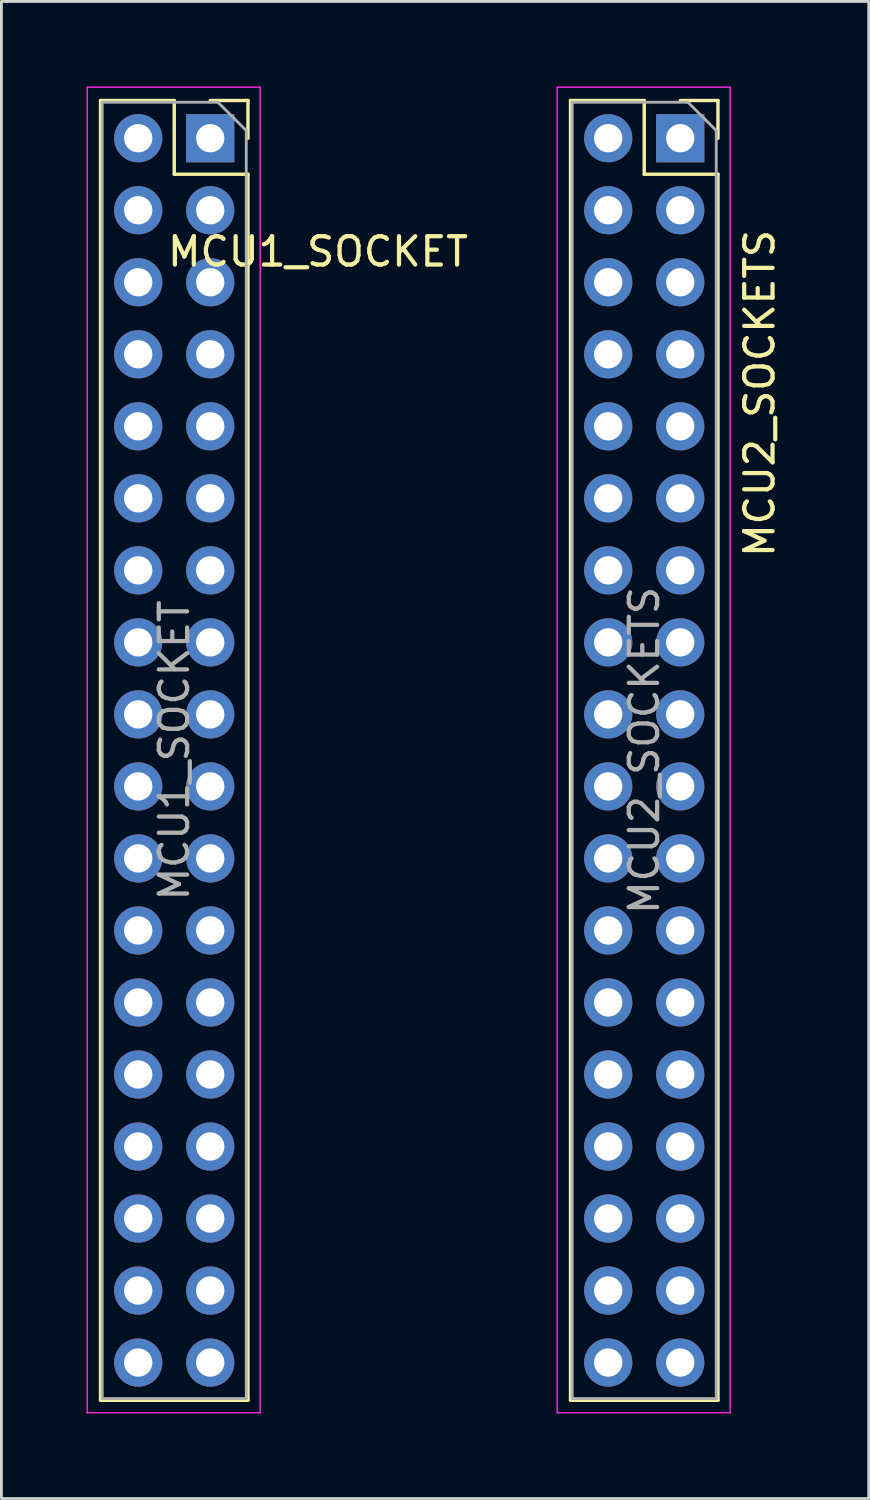
<source format=kicad_pcb>
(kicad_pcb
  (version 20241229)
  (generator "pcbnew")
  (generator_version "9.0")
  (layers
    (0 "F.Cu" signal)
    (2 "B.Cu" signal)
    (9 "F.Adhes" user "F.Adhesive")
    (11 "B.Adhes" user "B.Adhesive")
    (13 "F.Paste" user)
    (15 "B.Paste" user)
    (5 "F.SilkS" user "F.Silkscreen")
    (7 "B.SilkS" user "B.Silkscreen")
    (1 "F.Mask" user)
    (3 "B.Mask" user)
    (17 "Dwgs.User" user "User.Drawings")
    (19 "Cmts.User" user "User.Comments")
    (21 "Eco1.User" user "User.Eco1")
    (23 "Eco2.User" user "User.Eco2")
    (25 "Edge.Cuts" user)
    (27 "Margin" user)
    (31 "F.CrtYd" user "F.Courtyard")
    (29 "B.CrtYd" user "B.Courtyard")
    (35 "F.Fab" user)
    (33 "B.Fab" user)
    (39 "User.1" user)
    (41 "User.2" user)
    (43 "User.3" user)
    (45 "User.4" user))
  (footprint "MCU1_SOCKET"
    (layer "F.Cu")
    (at 4.365 1.825)
    (property "Reference" "MCU1_SOCKET" (at 3.8 4 0) (layer "F.SilkS") (effects (font (size 1 1) (thickness 0.15))))
    (attr through_hole)
    (fp_line (start -3.87 -1.33) (end -3.87 44.51) (stroke (width 0.12) (type solid)) (layer "F.SilkS"))
    (fp_line (start -3.87 -1.33) (end -1.27 -1.33) (stroke (width 0.12) (type solid)) (layer "F.SilkS"))
    (fp_line (start -3.87 44.51) (end 1.33 44.51) (stroke (width 0.12) (type solid)) (layer "F.SilkS"))
    (fp_line (start -1.27 -1.33) (end -1.27 1.27) (stroke (width 0.12) (type solid)) (layer "F.SilkS"))
    (fp_line (start -1.27 1.27) (end 1.33 1.27) (stroke (width 0.12) (type solid)) (layer "F.SilkS"))
    (fp_line (start 0 -1.33) (end 1.33 -1.33) (stroke (width 0.12) (type solid)) (layer "F.SilkS"))
    (fp_line (start 1.33 -1.33) (end 1.33 0) (stroke (width 0.12) (type solid)) (layer "F.SilkS"))
    (fp_line (start 1.33 1.27) (end 1.33 44.51) (stroke (width 0.12) (type solid)) (layer "F.SilkS"))
    (fp_line (start -4.34 -1.8) (end 1.76 -1.8) (stroke (width 0.05) (type solid)) (layer "F.CrtYd"))
    (fp_line (start -4.34 44.95) (end -4.34 -1.8) (stroke (width 0.05) (type solid)) (layer "F.CrtYd"))
    (fp_line (start 1.76 -1.8) (end 1.76 44.95) (stroke (width 0.05) (type solid)) (layer "F.CrtYd"))
    (fp_line (start 1.76 44.95) (end -4.34 44.95) (stroke (width 0.05) (type solid)) (layer "F.CrtYd"))
    (fp_line (start -3.81 -1.27) (end 0.27 -1.27) (stroke (width 0.1) (type solid)) (layer "F.Fab"))
    (fp_line (start -3.81 44.45) (end -3.81 -1.27) (stroke (width 0.1) (type solid)) (layer "F.Fab"))
    (fp_line (start 0.27 -1.27) (end 1.27 -0.27) (stroke (width 0.1) (type solid)) (layer "F.Fab"))
    (fp_line (start 1.27 -0.27) (end 1.27 44.45) (stroke (width 0.1) (type solid)) (layer "F.Fab"))
    (fp_line (start 1.27 44.45) (end -3.81 44.45) (stroke (width 0.1) (type solid)) (layer "F.Fab"))
    (fp_text user "${REFERENCE}" (at -1.27 21.59 90) (layer "F.Fab") (effects (font (size 1 1) (thickness 0.15))))
    (pad "1" thru_hole rect (at 0 0) (size 1.7 1.7) (drill 1) (layers "*.Cu" "*.Mask"))
    (pad "2" thru_hole oval (at -2.54 0) (size 1.7 1.7) (drill 1) (layers "*.Cu" "*.Mask"))
    (pad "3" thru_hole oval (at 0 2.54) (size 1.7 1.7) (drill 1) (layers "*.Cu" "*.Mask"))
    (pad "4" thru_hole oval (at -2.54 2.54) (size 1.7 1.7) (drill 1) (layers "*.Cu" "*.Mask"))
    (pad "5" thru_hole oval (at 0 5.08) (size 1.7 1.7) (drill 1) (layers "*.Cu" "*.Mask"))
    (pad "6" thru_hole oval (at -2.54 5.08) (size 1.7 1.7) (drill 1) (layers "*.Cu" "*.Mask"))
    (pad "7" thru_hole oval (at 0 7.62) (size 1.7 1.7) (drill 1) (layers "*.Cu" "*.Mask"))
    (pad "8" thru_hole oval (at -2.54 7.62) (size 1.7 1.7) (drill 1) (layers "*.Cu" "*.Mask"))
    (pad "9" thru_hole oval (at 0 10.16) (size 1.7 1.7) (drill 1) (layers "*.Cu" "*.Mask"))
    (pad "10" thru_hole oval (at -2.54 10.16) (size 1.7 1.7) (drill 1) (layers "*.Cu" "*.Mask"))
    (pad "11" thru_hole oval (at 0 12.7) (size 1.7 1.7) (drill 1) (layers "*.Cu" "*.Mask"))
    (pad "12" thru_hole oval (at -2.54 12.7) (size 1.7 1.7) (drill 1) (layers "*.Cu" "*.Mask"))
    (pad "13" thru_hole oval (at 0 15.24) (size 1.7 1.7) (drill 1) (layers "*.Cu" "*.Mask"))
    (pad "14" thru_hole oval (at -2.54 15.24) (size 1.7 1.7) (drill 1) (layers "*.Cu" "*.Mask"))
    (pad "15" thru_hole oval (at 0 17.78) (size 1.7 1.7) (drill 1) (layers "*.Cu" "*.Mask"))
    (pad "16" thru_hole oval (at -2.54 17.78) (size 1.7 1.7) (drill 1) (layers "*.Cu" "*.Mask"))
    (pad "17" thru_hole oval (at 0 20.32) (size 1.7 1.7) (drill 1) (layers "*.Cu" "*.Mask"))
    (pad "18" thru_hole oval (at -2.54 20.32) (size 1.7 1.7) (drill 1) (layers "*.Cu" "*.Mask"))
    (pad "19" thru_hole oval (at 0 22.86) (size 1.7 1.7) (drill 1) (layers "*.Cu" "*.Mask"))
    (pad "20" thru_hole oval (at -2.54 22.86) (size 1.7 1.7) (drill 1) (layers "*.Cu" "*.Mask"))
    (pad "21" thru_hole oval (at 0 25.4) (size 1.7 1.7) (drill 1) (layers "*.Cu" "*.Mask"))
    (pad "22" thru_hole oval (at -2.54 25.4) (size 1.7 1.7) (drill 1) (layers "*.Cu" "*.Mask"))
    (pad "23" thru_hole oval (at 0 27.94) (size 1.7 1.7) (drill 1) (layers "*.Cu" "*.Mask"))
    (pad "24" thru_hole oval (at -2.54 27.94) (size 1.7 1.7) (drill 1) (layers "*.Cu" "*.Mask"))
    (pad "25" thru_hole oval (at 0 30.48) (size 1.7 1.7) (drill 1) (layers "*.Cu" "*.Mask"))
    (pad "26" thru_hole oval (at -2.54 30.48) (size 1.7 1.7) (drill 1) (layers "*.Cu" "*.Mask"))
    (pad "27" thru_hole oval (at 0 33.02) (size 1.7 1.7) (drill 1) (layers "*.Cu" "*.Mask"))
    (pad "28" thru_hole oval (at -2.54 33.02) (size 1.7 1.7) (drill 1) (layers "*.Cu" "*.Mask"))
    (pad "29" thru_hole oval (at 0 35.56) (size 1.7 1.7) (drill 1) (layers "*.Cu" "*.Mask"))
    (pad "30" thru_hole oval (at -2.54 35.56) (size 1.7 1.7) (drill 1) (layers "*.Cu" "*.Mask"))
    (pad "31" thru_hole oval (at 0 38.1) (size 1.7 1.7) (drill 1) (layers "*.Cu" "*.Mask"))
    (pad "32" thru_hole oval (at -2.54 38.1) (size 1.7 1.7) (drill 1) (layers "*.Cu" "*.Mask"))
    (pad "33" thru_hole oval (at 0 40.64) (size 1.7 1.7) (drill 1) (layers "*.Cu" "*.Mask"))
    (pad "34" thru_hole oval (at -2.54 40.64) (size 1.7 1.7) (drill 1) (layers "*.Cu" "*.Mask"))
    (pad "35" thru_hole oval (at 0 43.18) (size 1.7 1.7) (drill 1) (layers "*.Cu" "*.Mask"))
    (pad "36" thru_hole oval (at -2.54 43.18) (size 1.7 1.7) (drill 1) (layers "*.Cu" "*.Mask")))
  (footprint "MCU2_SOCKETS"
    (layer "F.Cu")
    (at 20.941 1.825)
    (property "Reference" "MCU2_SOCKETS" (at 2.8 9 90) (layer "F.SilkS") (effects (font (size 1 1) (thickness 0.15))))
    (attr through_hole)
    (fp_line (start -3.87 -1.33) (end -3.87 44.51) (stroke (width 0.12) (type solid)) (layer "F.SilkS"))
    (fp_line (start -3.87 -1.33) (end -1.27 -1.33) (stroke (width 0.12) (type solid)) (layer "F.SilkS"))
    (fp_line (start -3.87 44.51) (end 1.33 44.51) (stroke (width 0.12) (type solid)) (layer "F.SilkS"))
    (fp_line (start -1.27 -1.33) (end -1.27 1.27) (stroke (width 0.12) (type solid)) (layer "F.SilkS"))
    (fp_line (start -1.27 1.27) (end 1.33 1.27) (stroke (width 0.12) (type solid)) (layer "F.SilkS"))
    (fp_line (start 0 -1.33) (end 1.33 -1.33) (stroke (width 0.12) (type solid)) (layer "F.SilkS"))
    (fp_line (start 1.33 -1.33) (end 1.33 0) (stroke (width 0.12) (type solid)) (layer "F.SilkS"))
    (fp_line (start 1.33 1.27) (end 1.33 44.51) (stroke (width 0.12) (type solid)) (layer "F.SilkS"))
    (fp_line (start -4.34 -1.8) (end 1.76 -1.8) (stroke (width 0.05) (type solid)) (layer "F.CrtYd"))
    (fp_line (start -4.34 44.95) (end -4.34 -1.8) (stroke (width 0.05) (type solid)) (layer "F.CrtYd"))
    (fp_line (start 1.76 -1.8) (end 1.76 44.95) (stroke (width 0.05) (type solid)) (layer "F.CrtYd"))
    (fp_line (start 1.76 44.95) (end -4.34 44.95) (stroke (width 0.05) (type solid)) (layer "F.CrtYd"))
    (fp_line (start -3.81 -1.27) (end 0.27 -1.27) (stroke (width 0.1) (type solid)) (layer "F.Fab"))
    (fp_line (start -3.81 44.45) (end -3.81 -1.27) (stroke (width 0.1) (type solid)) (layer "F.Fab"))
    (fp_line (start 0.27 -1.27) (end 1.27 -0.27) (stroke (width 0.1) (type solid)) (layer "F.Fab"))
    (fp_line (start 1.27 -0.27) (end 1.27 44.45) (stroke (width 0.1) (type solid)) (layer "F.Fab"))
    (fp_line (start 1.27 44.45) (end -3.81 44.45) (stroke (width 0.1) (type solid)) (layer "F.Fab"))
    (fp_text user "${REFERENCE}" (at -1.27 21.59 270) (layer "F.Fab") (effects (font (size 1 1) (thickness 0.15))))
    (pad "37" thru_hole rect (at 0 0) (size 1.7 1.7) (drill 1) (layers "*.Cu" "*.Mask"))
    (pad "38" thru_hole oval (at -2.54 0) (size 1.7 1.7) (drill 1) (layers "*.Cu" "*.Mask"))
    (pad "39" thru_hole oval (at 0 2.54) (size 1.7 1.7) (drill 1) (layers "*.Cu" "*.Mask"))
    (pad "40" thru_hole oval (at -2.54 2.54) (size 1.7 1.7) (drill 1) (layers "*.Cu" "*.Mask"))
    (pad "41" thru_hole oval (at 0 5.08) (size 1.7 1.7) (drill 1) (layers "*.Cu" "*.Mask"))
    (pad "42" thru_hole oval (at -2.54 5.08) (size 1.7 1.7) (drill 1) (layers "*.Cu" "*.Mask"))
    (pad "43" thru_hole oval (at 0 7.62) (size 1.7 1.7) (drill 1) (layers "*.Cu" "*.Mask"))
    (pad "44" thru_hole oval (at -2.54 7.62) (size 1.7 1.7) (drill 1) (layers "*.Cu" "*.Mask"))
    (pad "45" thru_hole oval (at 0 10.16) (size 1.7 1.7) (drill 1) (layers "*.Cu" "*.Mask"))
    (pad "46" thru_hole oval (at -2.54 10.16) (size 1.7 1.7) (drill 1) (layers "*.Cu" "*.Mask"))
    (pad "47" thru_hole oval (at 0 12.7) (size 1.7 1.7) (drill 1) (layers "*.Cu" "*.Mask"))
    (pad "48" thru_hole oval (at -2.54 12.7) (size 1.7 1.7) (drill 1) (layers "*.Cu" "*.Mask"))
    (pad "49" thru_hole oval (at 0 15.24) (size 1.7 1.7) (drill 1) (layers "*.Cu" "*.Mask"))
    (pad "50" thru_hole oval (at -2.54 15.24) (size 1.7 1.7) (drill 1) (layers "*.Cu" "*.Mask"))
    (pad "51" thru_hole oval (at 0 17.78) (size 1.7 1.7) (drill 1) (layers "*.Cu" "*.Mask"))
    (pad "52" thru_hole oval (at -2.54 17.78) (size 1.7 1.7) (drill 1) (layers "*.Cu" "*.Mask"))
    (pad "53" thru_hole oval (at 0 20.32) (size 1.7 1.7) (drill 1) (layers "*.Cu" "*.Mask"))
    (pad "54" thru_hole oval (at -2.54 20.32) (size 1.7 1.7) (drill 1) (layers "*.Cu" "*.Mask"))
    (pad "55" thru_hole oval (at 0 22.86) (size 1.7 1.7) (drill 1) (layers "*.Cu" "*.Mask"))
    (pad "56" thru_hole oval (at -2.54 22.86) (size 1.7 1.7) (drill 1) (layers "*.Cu" "*.Mask"))
    (pad "57" thru_hole oval (at 0 25.4) (size 1.7 1.7) (drill 1) (layers "*.Cu" "*.Mask"))
    (pad "58" thru_hole oval (at -2.54 25.4) (size 1.7 1.7) (drill 1) (layers "*.Cu" "*.Mask"))
    (pad "59" thru_hole oval (at 0 27.94) (size 1.7 1.7) (drill 1) (layers "*.Cu" "*.Mask"))
    (pad "60" thru_hole oval (at -2.54 27.94) (size 1.7 1.7) (drill 1) (layers "*.Cu" "*.Mask"))
    (pad "61" thru_hole oval (at 0 30.48) (size 1.7 1.7) (drill 1) (layers "*.Cu" "*.Mask"))
    (pad "62" thru_hole oval (at -2.54 30.48) (size 1.7 1.7) (drill 1) (layers "*.Cu" "*.Mask"))
    (pad "63" thru_hole oval (at 0 33.02) (size 1.7 1.7) (drill 1) (layers "*.Cu" "*.Mask"))
    (pad "64" thru_hole oval (at -2.54 33.02) (size 1.7 1.7) (drill 1) (layers "*.Cu" "*.Mask"))
    (pad "65" thru_hole oval (at 0 35.56) (size 1.7 1.7) (drill 1) (layers "*.Cu" "*.Mask"))
    (pad "66" thru_hole oval (at -2.54 35.56) (size 1.7 1.7) (drill 1) (layers "*.Cu" "*.Mask"))
    (pad "67" thru_hole oval (at 0 38.1) (size 1.7 1.7) (drill 1) (layers "*.Cu" "*.Mask"))
    (pad "68" thru_hole oval (at -2.54 38.1) (size 1.7 1.7) (drill 1) (layers "*.Cu" "*.Mask"))
    (pad "69" thru_hole oval (at 0 40.64) (size 1.7 1.7) (drill 1) (layers "*.Cu" "*.Mask"))
    (pad "70" thru_hole oval (at -2.54 40.64) (size 1.7 1.7) (drill 1) (layers "*.Cu" "*.Mask"))
    (pad "71" thru_hole oval (at 0 43.18) (size 1.7 1.7) (drill 1) (layers "*.Cu" "*.Mask"))
    (pad "72" thru_hole oval (at -2.54 43.18) (size 1.7 1.7) (drill 1) (layers "*.Cu" "*.Mask")))
  (gr_rect
    (start -3 -3)
    (end 27.589 49.8)
    (stroke (width 0.1) (type default))
    (fill no)
    (layer "Edge.Cuts")))
</source>
